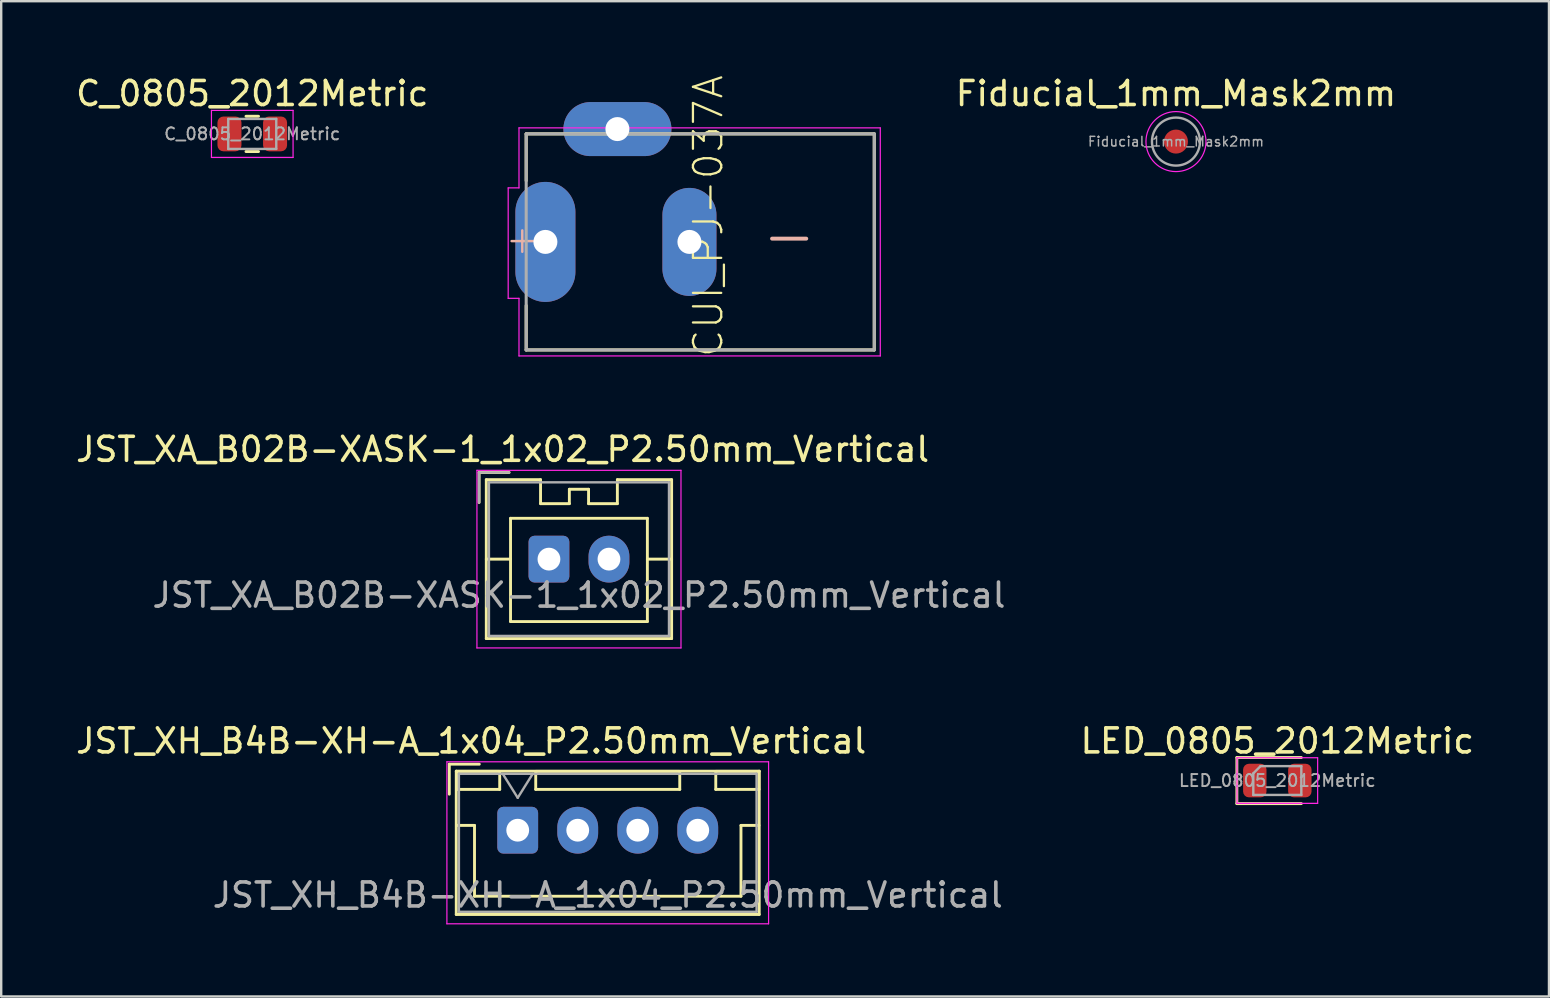
<source format=kicad_pcb>
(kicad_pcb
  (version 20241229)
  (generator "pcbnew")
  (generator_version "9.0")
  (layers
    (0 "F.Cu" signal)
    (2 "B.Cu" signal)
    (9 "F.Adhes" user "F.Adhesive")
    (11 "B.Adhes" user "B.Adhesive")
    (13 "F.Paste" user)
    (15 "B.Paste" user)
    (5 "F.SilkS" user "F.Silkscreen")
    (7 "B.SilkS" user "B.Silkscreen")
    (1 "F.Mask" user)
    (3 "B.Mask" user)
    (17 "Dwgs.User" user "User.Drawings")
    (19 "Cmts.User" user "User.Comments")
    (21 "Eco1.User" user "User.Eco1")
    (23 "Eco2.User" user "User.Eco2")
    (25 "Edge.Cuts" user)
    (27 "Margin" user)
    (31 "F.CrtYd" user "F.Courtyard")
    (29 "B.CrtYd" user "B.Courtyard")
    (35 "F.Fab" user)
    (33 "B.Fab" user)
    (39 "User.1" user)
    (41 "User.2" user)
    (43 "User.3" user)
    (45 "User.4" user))
  (footprint "JST_XH_B4B-XH-A_1x04_P2.50mm_Vertical"
    (layer "F.Cu")
    (at 18.516 31.533)
    (property "Reference" "JST_XH_B4B-XH-A_1x04_P2.50mm_Vertical" (at -1.938 -3.719 180) (layer "F.SilkS") (effects (font (size 1 1) (thickness 0.15))))
    (attr through_hole)
    (fp_line (start -2.85 -2.75) (end -2.85 -1.5) (stroke (width 0.12) (type solid)) (layer "F.SilkS"))
    (fp_line (start -2.56 -2.46) (end -2.56 3.51) (stroke (width 0.12) (type solid)) (layer "F.SilkS"))
    (fp_line (start -2.56 3.51) (end 10.06 3.51) (stroke (width 0.12) (type solid)) (layer "F.SilkS"))
    (fp_line (start -2.55 -2.45) (end -2.55 -1.7) (stroke (width 0.12) (type solid)) (layer "F.SilkS"))
    (fp_line (start -2.55 -1.7) (end -0.75 -1.7) (stroke (width 0.12) (type solid)) (layer "F.SilkS"))
    (fp_line (start -2.55 -0.2) (end -1.8 -0.2) (stroke (width 0.12) (type solid)) (layer "F.SilkS"))
    (fp_line (start -1.8 -0.2) (end -1.8 2.75) (stroke (width 0.12) (type solid)) (layer "F.SilkS"))
    (fp_line (start -1.8 2.75) (end 3.75 2.75) (stroke (width 0.12) (type solid)) (layer "F.SilkS"))
    (fp_line (start -1.6 -2.75) (end -2.85 -2.75) (stroke (width 0.12) (type solid)) (layer "F.SilkS"))
    (fp_line (start -0.75 -2.45) (end -2.55 -2.45) (stroke (width 0.12) (type solid)) (layer "F.SilkS"))
    (fp_line (start -0.75 -1.7) (end -0.75 -2.45) (stroke (width 0.12) (type solid)) (layer "F.SilkS"))
    (fp_line (start 0.75 -2.45) (end 0.75 -1.7) (stroke (width 0.12) (type solid)) (layer "F.SilkS"))
    (fp_line (start 0.75 -1.7) (end 6.75 -1.7) (stroke (width 0.12) (type solid)) (layer "F.SilkS"))
    (fp_line (start 6.75 -2.45) (end 0.75 -2.45) (stroke (width 0.12) (type solid)) (layer "F.SilkS"))
    (fp_line (start 6.75 -1.7) (end 6.75 -2.45) (stroke (width 0.12) (type solid)) (layer "F.SilkS"))
    (fp_line (start 8.25 -2.45) (end 8.25 -1.7) (stroke (width 0.12) (type solid)) (layer "F.SilkS"))
    (fp_line (start 8.25 -1.7) (end 10.05 -1.7) (stroke (width 0.12) (type solid)) (layer "F.SilkS"))
    (fp_line (start 9.3 -0.2) (end 9.3 2.75) (stroke (width 0.12) (type solid)) (layer "F.SilkS"))
    (fp_line (start 9.3 2.75) (end 3.75 2.75) (stroke (width 0.12) (type solid)) (layer "F.SilkS"))
    (fp_line (start 10.05 -2.45) (end 8.25 -2.45) (stroke (width 0.12) (type solid)) (layer "F.SilkS"))
    (fp_line (start 10.05 -1.7) (end 10.05 -2.45) (stroke (width 0.12) (type solid)) (layer "F.SilkS"))
    (fp_line (start 10.05 -0.2) (end 9.3 -0.2) (stroke (width 0.12) (type solid)) (layer "F.SilkS"))
    (fp_line (start 10.06 -2.46) (end -2.56 -2.46) (stroke (width 0.12) (type solid)) (layer "F.SilkS"))
    (fp_line (start 10.06 3.51) (end 10.06 -2.46) (stroke (width 0.12) (type solid)) (layer "F.SilkS"))
    (fp_line (start -2.95 -2.85) (end -2.95 3.9) (stroke (width 0.05) (type solid)) (layer "F.CrtYd"))
    (fp_line (start -2.95 3.9) (end 10.45 3.9) (stroke (width 0.05) (type solid)) (layer "F.CrtYd"))
    (fp_line (start 10.45 -2.85) (end -2.95 -2.85) (stroke (width 0.05) (type solid)) (layer "F.CrtYd"))
    (fp_line (start 10.45 3.9) (end 10.45 -2.85) (stroke (width 0.05) (type solid)) (layer "F.CrtYd"))
    (fp_line (start -2.45 -2.35) (end -2.45 3.4) (stroke (width 0.1) (type solid)) (layer "F.Fab"))
    (fp_line (start -2.45 3.4) (end 9.95 3.4) (stroke (width 0.1) (type solid)) (layer "F.Fab"))
    (fp_line (start -0.625 -2.35) (end 0 -1.35) (stroke (width 0.1) (type solid)) (layer "F.Fab"))
    (fp_line (start 0 -1.35) (end 0.625 -2.35) (stroke (width 0.1) (type solid)) (layer "F.Fab"))
    (fp_line (start 9.95 -2.35) (end -2.45 -2.35) (stroke (width 0.1) (type solid)) (layer "F.Fab"))
    (fp_line (start 9.95 3.4) (end 9.95 -2.35) (stroke (width 0.1) (type solid)) (layer "F.Fab"))
    (fp_text user "${REFERENCE}" (at 3.75 2.7 180) (layer "F.Fab") (effects (font (size 1 1) (thickness 0.15))))
    (pad "1" thru_hole roundrect (at 0 0) (size 1.7 1.95) (drill 0.95) (layers "*.Cu" "*.Mask") (roundrect_rratio 0.147))
    (pad "2" thru_hole oval (at 2.5 0) (size 1.7 1.95) (drill 0.95) (layers "*.Cu" "*.Mask"))
    (pad "3" thru_hole oval (at 5 0) (size 1.7 1.95) (drill 0.95) (layers "*.Cu" "*.Mask"))
    (pad "4" thru_hole oval (at 7.5 0) (size 1.7 1.95) (drill 0.95) (layers "*.Cu" "*.Mask")))
  (footprint "JST_XA_B02B-XASK-1_1x02_P2.50mm_Vertical"
    (layer "F.Cu")
    (at 19.817 20.241)
    (property "Reference" "JST_XA_B02B-XASK-1_1x02_P2.50mm_Vertical" (at -1.93 -4.572 180) (layer "F.SilkS") (effects (font (size 1 1) (thickness 0.15))))
    (attr through_hole)
    (fp_line (start -2.91 -3.61) (end -2.91 -2.36) (stroke (width 0.12) (type solid)) (layer "F.SilkS"))
    (fp_line (start -2.61 -3.31) (end -2.61 3.31) (stroke (width 0.12) (type solid)) (layer "F.SilkS"))
    (fp_line (start -2.61 0) (end -1.6 0) (stroke (width 0.12) (type solid)) (layer "F.SilkS"))
    (fp_line (start -2.61 3.31) (end 5.11 3.31) (stroke (width 0.12) (type solid)) (layer "F.SilkS"))
    (fp_line (start -1.66 -3.61) (end -2.91 -3.61) (stroke (width 0.12) (type solid)) (layer "F.SilkS"))
    (fp_line (start -1.6 -1.7) (end -1.6 2.6) (stroke (width 0.12) (type solid)) (layer "F.SilkS"))
    (fp_line (start -1.6 2.6) (end 4.1 2.6) (stroke (width 0.12) (type solid)) (layer "F.SilkS"))
    (fp_line (start -0.35 -3.31) (end -2.61 -3.31) (stroke (width 0.12) (type solid)) (layer "F.SilkS"))
    (fp_line (start -0.35 -2.31) (end -0.35 -3.31) (stroke (width 0.12) (type solid)) (layer "F.SilkS"))
    (fp_line (start 0.85 -2.91) (end 0.85 -2.31) (stroke (width 0.12) (type solid)) (layer "F.SilkS"))
    (fp_line (start 0.85 -2.31) (end -0.35 -2.31) (stroke (width 0.12) (type solid)) (layer "F.SilkS"))
    (fp_line (start 1.65 -2.91) (end 0.85 -2.91) (stroke (width 0.12) (type solid)) (layer "F.SilkS"))
    (fp_line (start 1.65 -2.31) (end 1.65 -2.91) (stroke (width 0.12) (type solid)) (layer "F.SilkS"))
    (fp_line (start 2.85 -3.31) (end 2.85 -2.31) (stroke (width 0.12) (type solid)) (layer "F.SilkS"))
    (fp_line (start 2.85 -2.31) (end 1.65 -2.31) (stroke (width 0.12) (type solid)) (layer "F.SilkS"))
    (fp_line (start 4.1 -1.7) (end -1.6 -1.7) (stroke (width 0.12) (type solid)) (layer "F.SilkS"))
    (fp_line (start 4.1 2.6) (end 4.1 -1.7) (stroke (width 0.12) (type solid)) (layer "F.SilkS"))
    (fp_line (start 5.11 -3.31) (end 2.85 -3.31) (stroke (width 0.12) (type solid)) (layer "F.SilkS"))
    (fp_line (start 5.11 0) (end 4.1 0) (stroke (width 0.12) (type solid)) (layer "F.SilkS"))
    (fp_line (start 5.11 3.31) (end 5.11 -3.31) (stroke (width 0.12) (type solid)) (layer "F.SilkS"))
    (fp_line (start -3 -3.7) (end -3 3.7) (stroke (width 0.05) (type solid)) (layer "F.CrtYd"))
    (fp_line (start -3 3.7) (end 5.5 3.7) (stroke (width 0.05) (type solid)) (layer "F.CrtYd"))
    (fp_line (start 5.5 -3.7) (end -3 -3.7) (stroke (width 0.05) (type solid)) (layer "F.CrtYd"))
    (fp_line (start 5.5 3.7) (end 5.5 -3.7) (stroke (width 0.05) (type solid)) (layer "F.CrtYd"))
    (fp_line (start -2.91 -3.61) (end -2.91 -2.36) (stroke (width 0.1) (type solid)) (layer "F.Fab"))
    (fp_line (start -2.5 -3.2) (end -2.5 3.2) (stroke (width 0.1) (type solid)) (layer "F.Fab"))
    (fp_line (start -2.5 3.2) (end 5 3.2) (stroke (width 0.1) (type solid)) (layer "F.Fab"))
    (fp_line (start -1.66 -3.61) (end -2.91 -3.61) (stroke (width 0.1) (type solid)) (layer "F.Fab"))
    (fp_line (start 5 -3.2) (end -2.5 -3.2) (stroke (width 0.1) (type solid)) (layer "F.Fab"))
    (fp_line (start 5 3.2) (end 5 -3.2) (stroke (width 0.1) (type solid)) (layer "F.Fab"))
    (fp_text user "${REFERENCE}" (at 1.25 1.5 180) (layer "F.Fab") (effects (font (size 1 1) (thickness 0.15))))
    (pad "1" thru_hole roundrect (at 0 0) (size 1.7 1.95) (drill 0.95) (layers "*.Cu" "*.Mask") (roundrect_rratio 0.147))
    (pad "2" thru_hole oval (at 2.5 0) (size 1.7 1.95) (drill 0.95) (layers "*.Cu" "*.Mask")))
  (footprint "LED_0805_2012Metric"
    (layer "F.Cu")
    (at 50.158 29.465)
    (property "Reference" "LED_0805_2012Metric" (at 0 -1.65 0) (layer "F.SilkS") (effects (font (size 1 1) (thickness 0.15))))
    (attr smd)
    (fp_line (start -1.685 -0.96) (end -1.685 0.96) (stroke (width 0.12) (type solid)) (layer "F.SilkS"))
    (fp_line (start -1.685 0.96) (end 1 0.96) (stroke (width 0.12) (type solid)) (layer "F.SilkS"))
    (fp_line (start 1 -0.96) (end -1.685 -0.96) (stroke (width 0.12) (type solid)) (layer "F.SilkS"))
    (fp_line (start -1.68 -0.95) (end 1.68 -0.95) (stroke (width 0.05) (type solid)) (layer "F.CrtYd"))
    (fp_line (start -1.68 0.95) (end -1.68 -0.95) (stroke (width 0.05) (type solid)) (layer "F.CrtYd"))
    (fp_line (start 1.68 -0.95) (end 1.68 0.95) (stroke (width 0.05) (type solid)) (layer "F.CrtYd"))
    (fp_line (start 1.68 0.95) (end -1.68 0.95) (stroke (width 0.05) (type solid)) (layer "F.CrtYd"))
    (fp_line (start -1 -0.3) (end -1 0.6) (stroke (width 0.1) (type solid)) (layer "F.Fab"))
    (fp_line (start -1 0.6) (end 1 0.6) (stroke (width 0.1) (type solid)) (layer "F.Fab"))
    (fp_line (start -0.7 -0.6) (end -1 -0.3) (stroke (width 0.1) (type solid)) (layer "F.Fab"))
    (fp_line (start 1 -0.6) (end -0.7 -0.6) (stroke (width 0.1) (type solid)) (layer "F.Fab"))
    (fp_line (start 1 0.6) (end 1 -0.6) (stroke (width 0.1) (type solid)) (layer "F.Fab"))
    (fp_text user "${REFERENCE}" (at 0 0 0) (layer "F.Fab") (effects (font (size 0.5 0.5) (thickness 0.08))))
    (pad "1" smd roundrect (at -0.938 0) (size 0.975 1.4) (layers "F.Cu" "F.Mask" "F.Paste") (roundrect_rratio 0.25))
    (pad "2" smd roundrect (at 0.938 0) (size 0.975 1.4) (layers "F.Cu" "F.Mask" "F.Paste") (roundrect_rratio 0.25)))
  (footprint "Fiducial_1mm_Mask2mm"
    (layer "F.Cu")
    (at 45.936 2.848)
    (property "Reference" "Fiducial_1mm_Mask2mm" (at 0 -2 0) (layer "F.SilkS") (effects (font (size 1 1) (thickness 0.15))))
    (attr smd)
    (fp_circle (center 0 0) (end 1.25 0) (stroke (width 0.05) (type solid)) (fill no) (layer "F.CrtYd"))
    (fp_circle (center 0 0) (end 1 0) (stroke (width 0.1) (type solid)) (fill no) (layer "F.Fab"))
    (fp_text user "${REFERENCE}" (at 0 0 0) (layer "F.Fab") (effects (font (size 0.4 0.4) (thickness 0.06))))
    (pad "" smd circle (at 0 0) (size 1 1) (layers "F.Cu" "F.Mask")))
  (footprint "C_0805_2012Metric"
    (layer "F.Cu")
    (at 7.458 2.528)
    (property "Reference" "C_0805_2012Metric" (at 0 -1.68 0) (layer "F.SilkS") (effects (font (size 1 1) (thickness 0.15))))
    (attr smd)
    (fp_line (start -0.261 -0.735) (end 0.261 -0.735) (stroke (width 0.12) (type solid)) (layer "F.SilkS"))
    (fp_line (start -0.261 0.735) (end 0.261 0.735) (stroke (width 0.12) (type solid)) (layer "F.SilkS"))
    (fp_line (start -1.7 -0.98) (end 1.7 -0.98) (stroke (width 0.05) (type solid)) (layer "F.CrtYd"))
    (fp_line (start -1.7 0.98) (end -1.7 -0.98) (stroke (width 0.05) (type solid)) (layer "F.CrtYd"))
    (fp_line (start 1.7 -0.98) (end 1.7 0.98) (stroke (width 0.05) (type solid)) (layer "F.CrtYd"))
    (fp_line (start 1.7 0.98) (end -1.7 0.98) (stroke (width 0.05) (type solid)) (layer "F.CrtYd"))
    (fp_line (start -1 -0.625) (end 1 -0.625) (stroke (width 0.1) (type solid)) (layer "F.Fab"))
    (fp_line (start -1 0.625) (end -1 -0.625) (stroke (width 0.1) (type solid)) (layer "F.Fab"))
    (fp_line (start 1 -0.625) (end 1 0.625) (stroke (width 0.1) (type solid)) (layer "F.Fab"))
    (fp_line (start 1 0.625) (end -1 0.625) (stroke (width 0.1) (type solid)) (layer "F.Fab"))
    (fp_text user "${REFERENCE}" (at 0 0 0) (layer "F.Fab") (effects (font (size 0.5 0.5) (thickness 0.08))))
    (pad "1" smd roundrect (at -0.95 0) (size 1 1.45) (layers "F.Cu" "F.Mask" "F.Paste") (roundrect_rratio 0.25))
    (pad "2" smd roundrect (at 0.95 0) (size 1 1.45) (layers "F.Cu" "F.Mask" "F.Paste") (roundrect_rratio 0.25)))
  (footprint "CUI_PJ-037A"
    (layer "F.Cu")
    (at 19.669 7.027)
    (property "Reference" "CUI_PJ-037A" (at 6.784 -7.027 90) (layer "F.SilkS") (effects (font (size 1.178 1.178) (thickness 0.094)) (justify right)))
    (fp_line (start -0.8 -4.5) (end 13.7 -4.5) (stroke (width 0.127) (type solid)) (layer "F.SilkS"))
    (fp_line (start -0.8 -2.55) (end -0.8 -4.5) (stroke (width 0.127) (type solid)) (layer "F.SilkS"))
    (fp_line (start -0.8 4.5) (end -0.8 2.65) (stroke (width 0.127) (type solid)) (layer "F.SilkS"))
    (fp_line (start 13.7 -4.5) (end 13.7 4.5) (stroke (width 0.127) (type solid)) (layer "F.SilkS"))
    (fp_line (start 13.7 4.5) (end -0.8 4.5) (stroke (width 0.127) (type solid)) (layer "F.SilkS"))
    (fp_line (start -1.55 -2.25) (end -1.55 2.35) (stroke (width 0.05) (type solid)) (layer "F.CrtYd"))
    (fp_line (start -1.55 2.35) (end -1.1 2.35) (stroke (width 0.05) (type solid)) (layer "F.CrtYd"))
    (fp_line (start -1.1 -4.75) (end 13.95 -4.75) (stroke (width 0.05) (type solid)) (layer "F.CrtYd"))
    (fp_line (start -1.1 -2.25) (end -1.55 -2.25) (stroke (width 0.05) (type solid)) (layer "F.CrtYd"))
    (fp_line (start -1.1 -2.25) (end -1.1 -4.75) (stroke (width 0.05) (type solid)) (layer "F.CrtYd"))
    (fp_line (start -1.1 4.75) (end -1.1 2.35) (stroke (width 0.05) (type solid)) (layer "F.CrtYd"))
    (fp_line (start 13.95 -4.75) (end 13.95 4.75) (stroke (width 0.05) (type solid)) (layer "F.CrtYd"))
    (fp_line (start 13.95 4.75) (end -1.1 4.75) (stroke (width 0.05) (type solid)) (layer "F.CrtYd"))
    (fp_line (start -0.8 -4.5) (end 13.7 -4.5) (stroke (width 0.127) (type solid)) (layer "F.Fab"))
    (fp_line (start -0.8 4.5) (end -0.8 -4.5) (stroke (width 0.127) (type solid)) (layer "F.Fab"))
    (fp_line (start 13.7 -4.5) (end 13.7 4.5) (stroke (width 0.127) (type solid)) (layer "F.Fab"))
    (fp_line (start 13.7 4.5) (end -0.8 4.5) (stroke (width 0.127) (type solid)) (layer "F.Fab"))
    (fp_text user "+" (at -1.753 0.559 180) (layer "B.SilkS") (effects (font (size 1.168 1.168) (thickness 0.102)) (justify right bottom mirror)))
    (fp_text user "-" (at 8.89 0.813 180) (layer "B.SilkS") (effects (font (size 1.869 1.869) (thickness 0.163)) (justify right bottom mirror)))
    (pad "+\\" thru_hole oval (at 0 0 90) (size 5 2.5) (drill 1) (layers "*.Cu" "*.Mask"))
    (pad "-\\" thru_hole oval (at 6 0 90) (size 4.5 2.25) (drill 1) (layers "*.Cu" "*.Mask"))
    (pad "SW" thru_hole oval (at 3 -4.7 180) (size 4.5 2.25) (drill 1) (layers "*.Cu" "*.Mask")))
  (gr_rect
    (start -3 -3)
    (end 61.474 38.458)
    (stroke (width 0.1) (type default))
    (fill no)
    (layer "Edge.Cuts")))
</source>
